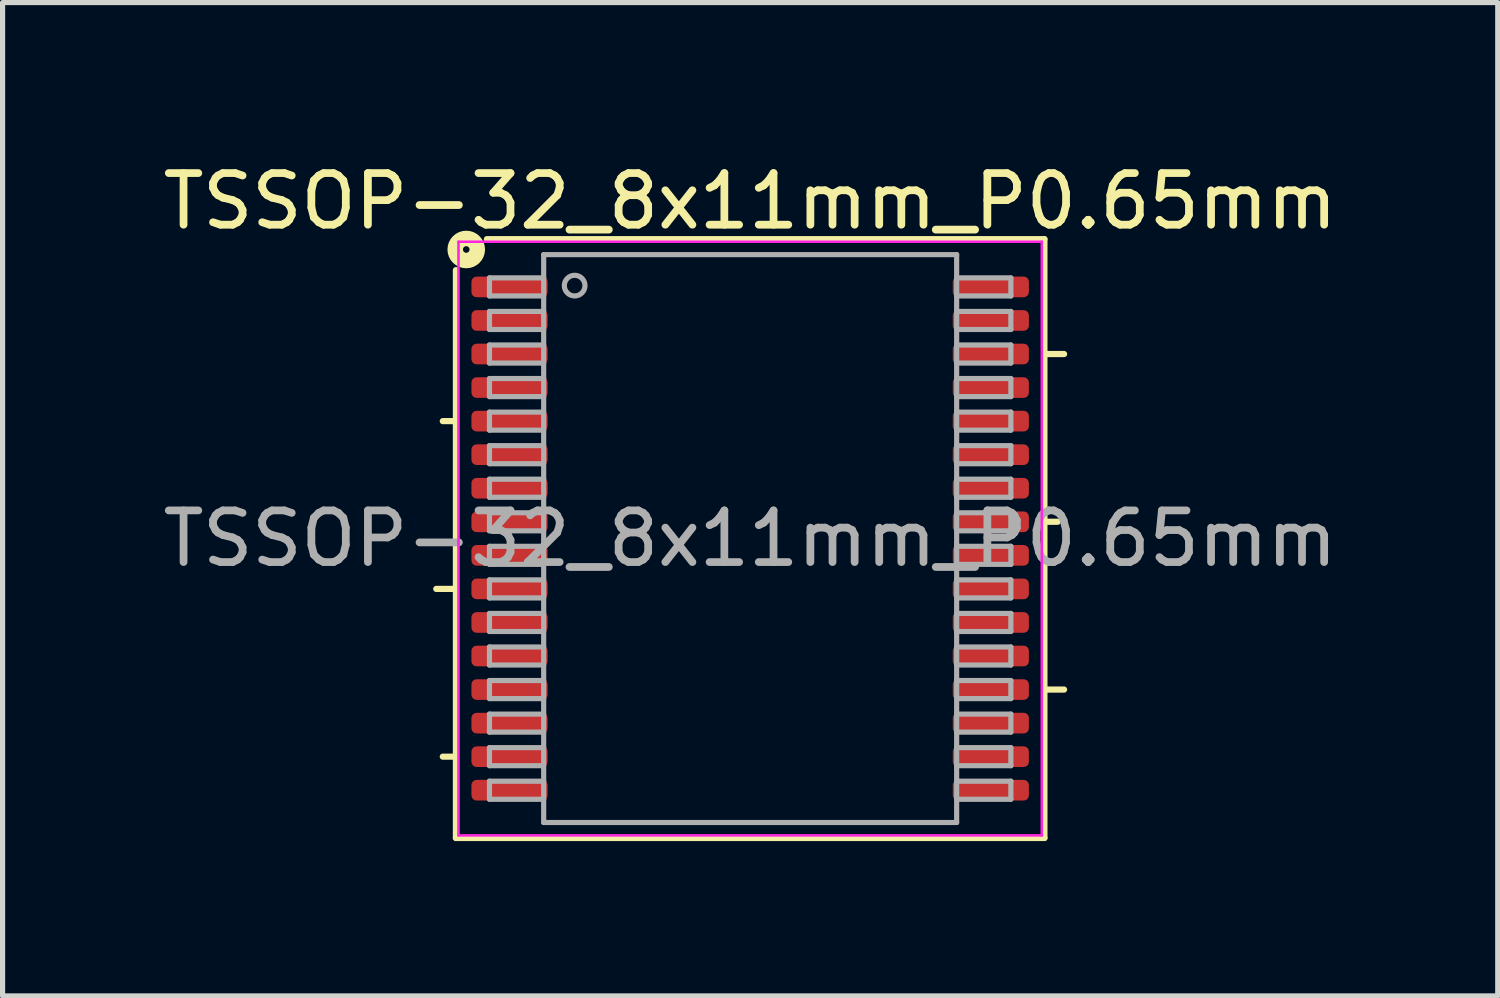
<source format=kicad_pcb>
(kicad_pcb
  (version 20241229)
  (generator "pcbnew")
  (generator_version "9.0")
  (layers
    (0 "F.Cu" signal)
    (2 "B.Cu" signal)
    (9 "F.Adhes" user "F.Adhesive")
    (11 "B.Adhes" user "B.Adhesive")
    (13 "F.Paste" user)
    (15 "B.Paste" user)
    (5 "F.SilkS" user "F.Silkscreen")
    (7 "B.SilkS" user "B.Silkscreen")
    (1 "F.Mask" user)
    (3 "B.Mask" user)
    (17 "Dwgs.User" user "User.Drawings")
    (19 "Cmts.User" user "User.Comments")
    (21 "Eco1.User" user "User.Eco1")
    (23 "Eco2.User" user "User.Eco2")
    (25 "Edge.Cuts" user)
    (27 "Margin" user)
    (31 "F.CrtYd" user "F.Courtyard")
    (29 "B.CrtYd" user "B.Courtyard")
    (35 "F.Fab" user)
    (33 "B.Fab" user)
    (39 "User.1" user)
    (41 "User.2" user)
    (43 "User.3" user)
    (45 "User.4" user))
  (footprint "TSSOP-32_8x11mm_P0.65mm"
    (layer "F.Cu")
    (at 11.482 7.383)
    (property "Reference" "TSSOP-32_8x11mm_P0.65mm" (at 0 -6.535 0) (layer "F.SilkS") (effects (font (size 1 1) (thickness 0.15))))
    (attr smd)
    (fp_line (start -5.7 -5.2) (end -5.7 5.8) (stroke (width 0.12) (type solid)) (layer "F.SilkS"))
    (fp_line (start -5.7 -2.275) (end -5.954 -2.275) (stroke (width 0.12) (type solid)) (layer "F.SilkS"))
    (fp_line (start -5.7 0.975) (end -6.081 0.975) (stroke (width 0.12) (type solid)) (layer "F.SilkS"))
    (fp_line (start -5.7 4.225) (end -5.954 4.225) (stroke (width 0.12) (type solid)) (layer "F.SilkS"))
    (fp_line (start -5.7 5.8) (end 5.7 5.8) (stroke (width 0.12) (type solid)) (layer "F.SilkS"))
    (fp_line (start 5.7 -5.8) (end -5.1 -5.8) (stroke (width 0.12) (type solid)) (layer "F.SilkS"))
    (fp_line (start 5.7 -3.575) (end 6.081 -3.575) (stroke (width 0.12) (type solid)) (layer "F.SilkS"))
    (fp_line (start 5.7 -0.325) (end 5.954 -0.325) (stroke (width 0.12) (type solid)) (layer "F.SilkS"))
    (fp_line (start 5.7 2.925) (end 6.081 2.925) (stroke (width 0.12) (type solid)) (layer "F.SilkS"))
    (fp_line (start 5.7 5.8) (end 5.7 -5.8) (stroke (width 0.12) (type solid)) (layer "F.SilkS"))
    (fp_circle (center -5.5 -5.6) (end -5.436 -5.6) (stroke (width 0.3) (type solid)) (fill no) (layer "F.SilkS"))
    (fp_line (start -5.65 -5.75) (end -5.65 5.75) (stroke (width 0.05) (type solid)) (layer "F.CrtYd"))
    (fp_line (start -5.65 5.75) (end 5.65 5.75) (stroke (width 0.05) (type solid)) (layer "F.CrtYd"))
    (fp_line (start 5.65 -5.75) (end -5.65 -5.75) (stroke (width 0.05) (type solid)) (layer "F.CrtYd"))
    (fp_line (start 5.65 5.75) (end 5.65 -5.75) (stroke (width 0.05) (type solid)) (layer "F.CrtYd"))
    (fp_line (start -5.05 -5.05) (end -5.05 -4.7) (stroke (width 0.1) (type solid)) (layer "F.Fab"))
    (fp_line (start -5.05 -5.05) (end -4 -5.05) (stroke (width 0.1) (type solid)) (layer "F.Fab"))
    (fp_line (start -5.05 -4.7) (end -4 -4.7) (stroke (width 0.1) (type solid)) (layer "F.Fab"))
    (fp_line (start -5.05 -4.4) (end -5.05 -4.05) (stroke (width 0.1) (type solid)) (layer "F.Fab"))
    (fp_line (start -5.05 -4.4) (end -4 -4.4) (stroke (width 0.1) (type solid)) (layer "F.Fab"))
    (fp_line (start -5.05 -4.05) (end -4 -4.05) (stroke (width 0.1) (type solid)) (layer "F.Fab"))
    (fp_line (start -5.05 -3.75) (end -5.05 -3.4) (stroke (width 0.1) (type solid)) (layer "F.Fab"))
    (fp_line (start -5.05 -3.75) (end -4 -3.75) (stroke (width 0.1) (type solid)) (layer "F.Fab"))
    (fp_line (start -5.05 -3.4) (end -4 -3.4) (stroke (width 0.1) (type solid)) (layer "F.Fab"))
    (fp_line (start -5.05 -3.1) (end -5.05 -2.75) (stroke (width 0.1) (type solid)) (layer "F.Fab"))
    (fp_line (start -5.05 -3.1) (end -4 -3.1) (stroke (width 0.1) (type solid)) (layer "F.Fab"))
    (fp_line (start -5.05 -2.75) (end -4 -2.75) (stroke (width 0.1) (type solid)) (layer "F.Fab"))
    (fp_line (start -5.05 -2.45) (end -5.05 -2.1) (stroke (width 0.1) (type solid)) (layer "F.Fab"))
    (fp_line (start -5.05 -2.45) (end -4 -2.45) (stroke (width 0.1) (type solid)) (layer "F.Fab"))
    (fp_line (start -5.05 -2.1) (end -4 -2.1) (stroke (width 0.1) (type solid)) (layer "F.Fab"))
    (fp_line (start -5.05 -1.8) (end -5.05 -1.45) (stroke (width 0.1) (type solid)) (layer "F.Fab"))
    (fp_line (start -5.05 -1.8) (end -4 -1.8) (stroke (width 0.1) (type solid)) (layer "F.Fab"))
    (fp_line (start -5.05 -1.45) (end -4 -1.45) (stroke (width 0.1) (type solid)) (layer "F.Fab"))
    (fp_line (start -5.05 -1.15) (end -5.05 -0.8) (stroke (width 0.1) (type solid)) (layer "F.Fab"))
    (fp_line (start -5.05 -1.15) (end -4 -1.15) (stroke (width 0.1) (type solid)) (layer "F.Fab"))
    (fp_line (start -5.05 -0.8) (end -4 -0.8) (stroke (width 0.1) (type solid)) (layer "F.Fab"))
    (fp_line (start -5.05 -0.5) (end -5.05 -0.15) (stroke (width 0.1) (type solid)) (layer "F.Fab"))
    (fp_line (start -5.05 -0.5) (end -4 -0.5) (stroke (width 0.1) (type solid)) (layer "F.Fab"))
    (fp_line (start -5.05 -0.15) (end -4 -0.15) (stroke (width 0.1) (type solid)) (layer "F.Fab"))
    (fp_line (start -5.05 0.15) (end -5.05 0.5) (stroke (width 0.1) (type solid)) (layer "F.Fab"))
    (fp_line (start -5.05 0.15) (end -4 0.15) (stroke (width 0.1) (type solid)) (layer "F.Fab"))
    (fp_line (start -5.05 0.5) (end -4 0.5) (stroke (width 0.1) (type solid)) (layer "F.Fab"))
    (fp_line (start -5.05 0.8) (end -5.05 1.15) (stroke (width 0.1) (type solid)) (layer "F.Fab"))
    (fp_line (start -5.05 0.8) (end -4 0.8) (stroke (width 0.1) (type solid)) (layer "F.Fab"))
    (fp_line (start -5.05 1.15) (end -4 1.15) (stroke (width 0.1) (type solid)) (layer "F.Fab"))
    (fp_line (start -5.05 1.45) (end -5.05 1.8) (stroke (width 0.1) (type solid)) (layer "F.Fab"))
    (fp_line (start -5.05 1.45) (end -4 1.45) (stroke (width 0.1) (type solid)) (layer "F.Fab"))
    (fp_line (start -5.05 1.8) (end -4 1.8) (stroke (width 0.1) (type solid)) (layer "F.Fab"))
    (fp_line (start -5.05 2.1) (end -5.05 2.45) (stroke (width 0.1) (type solid)) (layer "F.Fab"))
    (fp_line (start -5.05 2.1) (end -4 2.1) (stroke (width 0.1) (type solid)) (layer "F.Fab"))
    (fp_line (start -5.05 2.45) (end -4 2.45) (stroke (width 0.1) (type solid)) (layer "F.Fab"))
    (fp_line (start -5.05 2.75) (end -5.05 3.1) (stroke (width 0.1) (type solid)) (layer "F.Fab"))
    (fp_line (start -5.05 2.75) (end -4 2.75) (stroke (width 0.1) (type solid)) (layer "F.Fab"))
    (fp_line (start -5.05 3.1) (end -4 3.1) (stroke (width 0.1) (type solid)) (layer "F.Fab"))
    (fp_line (start -5.05 3.4) (end -5.05 3.75) (stroke (width 0.1) (type solid)) (layer "F.Fab"))
    (fp_line (start -5.05 3.4) (end -4 3.4) (stroke (width 0.1) (type solid)) (layer "F.Fab"))
    (fp_line (start -5.05 3.75) (end -4 3.75) (stroke (width 0.1) (type solid)) (layer "F.Fab"))
    (fp_line (start -5.05 4.05) (end -5.05 4.4) (stroke (width 0.1) (type solid)) (layer "F.Fab"))
    (fp_line (start -5.05 4.05) (end -4 4.05) (stroke (width 0.1) (type solid)) (layer "F.Fab"))
    (fp_line (start -5.05 4.4) (end -4 4.4) (stroke (width 0.1) (type solid)) (layer "F.Fab"))
    (fp_line (start -5.05 4.7) (end -5.05 5.05) (stroke (width 0.1) (type solid)) (layer "F.Fab"))
    (fp_line (start -5.05 4.7) (end -4 4.7) (stroke (width 0.1) (type solid)) (layer "F.Fab"))
    (fp_line (start -5.05 5.05) (end -4 5.05) (stroke (width 0.1) (type solid)) (layer "F.Fab"))
    (fp_line (start -4 -5.5) (end 4 -5.5) (stroke (width 0.1) (type solid)) (layer "F.Fab"))
    (fp_line (start -4 5.5) (end -4 -5.5) (stroke (width 0.1) (type solid)) (layer "F.Fab"))
    (fp_line (start 4 -5.5) (end 4 5.5) (stroke (width 0.1) (type solid)) (layer "F.Fab"))
    (fp_line (start 4 5.5) (end -4 5.5) (stroke (width 0.1) (type solid)) (layer "F.Fab"))
    (fp_line (start 5.05 -5.05) (end 4 -5.05) (stroke (width 0.1) (type solid)) (layer "F.Fab"))
    (fp_line (start 5.05 -4.7) (end 4 -4.7) (stroke (width 0.1) (type solid)) (layer "F.Fab"))
    (fp_line (start 5.05 -4.7) (end 5.05 -5.05) (stroke (width 0.1) (type solid)) (layer "F.Fab"))
    (fp_line (start 5.05 -4.4) (end 4 -4.4) (stroke (width 0.1) (type solid)) (layer "F.Fab"))
    (fp_line (start 5.05 -4.05) (end 4 -4.05) (stroke (width 0.1) (type solid)) (layer "F.Fab"))
    (fp_line (start 5.05 -4.05) (end 5.05 -4.4) (stroke (width 0.1) (type solid)) (layer "F.Fab"))
    (fp_line (start 5.05 -3.75) (end 4 -3.75) (stroke (width 0.1) (type solid)) (layer "F.Fab"))
    (fp_line (start 5.05 -3.4) (end 4 -3.4) (stroke (width 0.1) (type solid)) (layer "F.Fab"))
    (fp_line (start 5.05 -3.4) (end 5.05 -3.75) (stroke (width 0.1) (type solid)) (layer "F.Fab"))
    (fp_line (start 5.05 -3.1) (end 4 -3.1) (stroke (width 0.1) (type solid)) (layer "F.Fab"))
    (fp_line (start 5.05 -2.75) (end 4 -2.75) (stroke (width 0.1) (type solid)) (layer "F.Fab"))
    (fp_line (start 5.05 -2.75) (end 5.05 -3.1) (stroke (width 0.1) (type solid)) (layer "F.Fab"))
    (fp_line (start 5.05 -2.45) (end 4 -2.45) (stroke (width 0.1) (type solid)) (layer "F.Fab"))
    (fp_line (start 5.05 -2.1) (end 4 -2.1) (stroke (width 0.1) (type solid)) (layer "F.Fab"))
    (fp_line (start 5.05 -2.1) (end 5.05 -2.45) (stroke (width 0.1) (type solid)) (layer "F.Fab"))
    (fp_line (start 5.05 -1.8) (end 4 -1.8) (stroke (width 0.1) (type solid)) (layer "F.Fab"))
    (fp_line (start 5.05 -1.45) (end 4 -1.45) (stroke (width 0.1) (type solid)) (layer "F.Fab"))
    (fp_line (start 5.05 -1.45) (end 5.05 -1.8) (stroke (width 0.1) (type solid)) (layer "F.Fab"))
    (fp_line (start 5.05 -1.15) (end 4 -1.15) (stroke (width 0.1) (type solid)) (layer "F.Fab"))
    (fp_line (start 5.05 -0.8) (end 4 -0.8) (stroke (width 0.1) (type solid)) (layer "F.Fab"))
    (fp_line (start 5.05 -0.8) (end 5.05 -1.15) (stroke (width 0.1) (type solid)) (layer "F.Fab"))
    (fp_line (start 5.05 -0.5) (end 4 -0.5) (stroke (width 0.1) (type solid)) (layer "F.Fab"))
    (fp_line (start 5.05 -0.15) (end 4 -0.15) (stroke (width 0.1) (type solid)) (layer "F.Fab"))
    (fp_line (start 5.05 -0.15) (end 5.05 -0.5) (stroke (width 0.1) (type solid)) (layer "F.Fab"))
    (fp_line (start 5.05 0.15) (end 4 0.15) (stroke (width 0.1) (type solid)) (layer "F.Fab"))
    (fp_line (start 5.05 0.5) (end 4 0.5) (stroke (width 0.1) (type solid)) (layer "F.Fab"))
    (fp_line (start 5.05 0.5) (end 5.05 0.15) (stroke (width 0.1) (type solid)) (layer "F.Fab"))
    (fp_line (start 5.05 0.8) (end 4 0.8) (stroke (width 0.1) (type solid)) (layer "F.Fab"))
    (fp_line (start 5.05 1.15) (end 4 1.15) (stroke (width 0.1) (type solid)) (layer "F.Fab"))
    (fp_line (start 5.05 1.15) (end 5.05 0.8) (stroke (width 0.1) (type solid)) (layer "F.Fab"))
    (fp_line (start 5.05 1.45) (end 4 1.45) (stroke (width 0.1) (type solid)) (layer "F.Fab"))
    (fp_line (start 5.05 1.8) (end 4 1.8) (stroke (width 0.1) (type solid)) (layer "F.Fab"))
    (fp_line (start 5.05 1.8) (end 5.05 1.45) (stroke (width 0.1) (type solid)) (layer "F.Fab"))
    (fp_line (start 5.05 2.1) (end 4 2.1) (stroke (width 0.1) (type solid)) (layer "F.Fab"))
    (fp_line (start 5.05 2.45) (end 4 2.45) (stroke (width 0.1) (type solid)) (layer "F.Fab"))
    (fp_line (start 5.05 2.45) (end 5.05 2.1) (stroke (width 0.1) (type solid)) (layer "F.Fab"))
    (fp_line (start 5.05 2.75) (end 4 2.75) (stroke (width 0.1) (type solid)) (layer "F.Fab"))
    (fp_line (start 5.05 3.1) (end 4 3.1) (stroke (width 0.1) (type solid)) (layer "F.Fab"))
    (fp_line (start 5.05 3.1) (end 5.05 2.75) (stroke (width 0.1) (type solid)) (layer "F.Fab"))
    (fp_line (start 5.05 3.4) (end 4 3.4) (stroke (width 0.1) (type solid)) (layer "F.Fab"))
    (fp_line (start 5.05 3.75) (end 4 3.75) (stroke (width 0.1) (type solid)) (layer "F.Fab"))
    (fp_line (start 5.05 3.75) (end 5.05 3.4) (stroke (width 0.1) (type solid)) (layer "F.Fab"))
    (fp_line (start 5.05 4.05) (end 4 4.05) (stroke (width 0.1) (type solid)) (layer "F.Fab"))
    (fp_line (start 5.05 4.4) (end 4 4.4) (stroke (width 0.1) (type solid)) (layer "F.Fab"))
    (fp_line (start 5.05 4.4) (end 5.05 4.05) (stroke (width 0.1) (type solid)) (layer "F.Fab"))
    (fp_line (start 5.05 4.7) (end 4 4.7) (stroke (width 0.1) (type solid)) (layer "F.Fab"))
    (fp_line (start 5.05 5.05) (end 4 5.05) (stroke (width 0.1) (type solid)) (layer "F.Fab"))
    (fp_line (start 5.05 5.05) (end 5.05 4.7) (stroke (width 0.1) (type solid)) (layer "F.Fab"))
    (fp_circle (center -3.4 -4.9) (end -3.2 -4.9) (stroke (width 0.1) (type solid)) (fill no) (layer "F.Fab"))
    (fp_text user "${REFERENCE}" (at 0 0 0) (layer "F.Fab") (effects (font (size 1 1) (thickness 0.15))))
    (pad "1" smd roundrect (at -4.662 -4.875) (size 1.475 0.4) (layers "F.Cu" "F.Mask" "F.Paste") (roundrect_rratio 0.25))
    (pad "2" smd roundrect (at -4.662 -4.225) (size 1.475 0.4) (layers "F.Cu" "F.Mask" "F.Paste") (roundrect_rratio 0.25))
    (pad "3" smd roundrect (at -4.662 -3.575) (size 1.475 0.4) (layers "F.Cu" "F.Mask" "F.Paste") (roundrect_rratio 0.25))
    (pad "4" smd roundrect (at -4.662 -2.925) (size 1.475 0.4) (layers "F.Cu" "F.Mask" "F.Paste") (roundrect_rratio 0.25))
    (pad "5" smd roundrect (at -4.662 -2.275) (size 1.475 0.4) (layers "F.Cu" "F.Mask" "F.Paste") (roundrect_rratio 0.25))
    (pad "6" smd roundrect (at -4.662 -1.625) (size 1.475 0.4) (layers "F.Cu" "F.Mask" "F.Paste") (roundrect_rratio 0.25))
    (pad "7" smd roundrect (at -4.662 -0.975) (size 1.475 0.4) (layers "F.Cu" "F.Mask" "F.Paste") (roundrect_rratio 0.25))
    (pad "8" smd roundrect (at -4.662 -0.325) (size 1.475 0.4) (layers "F.Cu" "F.Mask" "F.Paste") (roundrect_rratio 0.25))
    (pad "9" smd roundrect (at -4.662 0.325) (size 1.475 0.4) (layers "F.Cu" "F.Mask" "F.Paste") (roundrect_rratio 0.25))
    (pad "10" smd roundrect (at -4.662 0.975) (size 1.475 0.4) (layers "F.Cu" "F.Mask" "F.Paste") (roundrect_rratio 0.25))
    (pad "11" smd roundrect (at -4.662 1.625) (size 1.475 0.4) (layers "F.Cu" "F.Mask" "F.Paste") (roundrect_rratio 0.25))
    (pad "12" smd roundrect (at -4.662 2.275) (size 1.475 0.4) (layers "F.Cu" "F.Mask" "F.Paste") (roundrect_rratio 0.25))
    (pad "13" smd roundrect (at -4.662 2.925) (size 1.475 0.4) (layers "F.Cu" "F.Mask" "F.Paste") (roundrect_rratio 0.25))
    (pad "14" smd roundrect (at -4.662 3.575) (size 1.475 0.4) (layers "F.Cu" "F.Mask" "F.Paste") (roundrect_rratio 0.25))
    (pad "15" smd roundrect (at -4.662 4.225) (size 1.475 0.4) (layers "F.Cu" "F.Mask" "F.Paste") (roundrect_rratio 0.25))
    (pad "16" smd roundrect (at -4.662 4.875) (size 1.475 0.4) (layers "F.Cu" "F.Mask" "F.Paste") (roundrect_rratio 0.25))
    (pad "17" smd roundrect (at 4.662 4.875) (size 1.475 0.4) (layers "F.Cu" "F.Mask" "F.Paste") (roundrect_rratio 0.25))
    (pad "18" smd roundrect (at 4.662 4.225) (size 1.475 0.4) (layers "F.Cu" "F.Mask" "F.Paste") (roundrect_rratio 0.25))
    (pad "19" smd roundrect (at 4.662 3.575) (size 1.475 0.4) (layers "F.Cu" "F.Mask" "F.Paste") (roundrect_rratio 0.25))
    (pad "20" smd roundrect (at 4.662 2.925) (size 1.475 0.4) (layers "F.Cu" "F.Mask" "F.Paste") (roundrect_rratio 0.25))
    (pad "21" smd roundrect (at 4.662 2.275) (size 1.475 0.4) (layers "F.Cu" "F.Mask" "F.Paste") (roundrect_rratio 0.25))
    (pad "22" smd roundrect (at 4.662 1.625) (size 1.475 0.4) (layers "F.Cu" "F.Mask" "F.Paste") (roundrect_rratio 0.25))
    (pad "23" smd roundrect (at 4.662 0.975) (size 1.475 0.4) (layers "F.Cu" "F.Mask" "F.Paste") (roundrect_rratio 0.25))
    (pad "24" smd roundrect (at 4.662 0.325) (size 1.475 0.4) (layers "F.Cu" "F.Mask" "F.Paste") (roundrect_rratio 0.25))
    (pad "25" smd roundrect (at 4.662 -0.325) (size 1.475 0.4) (layers "F.Cu" "F.Mask" "F.Paste") (roundrect_rratio 0.25))
    (pad "26" smd roundrect (at 4.662 -0.975) (size 1.475 0.4) (layers "F.Cu" "F.Mask" "F.Paste") (roundrect_rratio 0.25))
    (pad "27" smd roundrect (at 4.662 -1.625) (size 1.475 0.4) (layers "F.Cu" "F.Mask" "F.Paste") (roundrect_rratio 0.25))
    (pad "28" smd roundrect (at 4.662 -2.275) (size 1.475 0.4) (layers "F.Cu" "F.Mask" "F.Paste") (roundrect_rratio 0.25))
    (pad "29" smd roundrect (at 4.662 -2.925) (size 1.475 0.4) (layers "F.Cu" "F.Mask" "F.Paste") (roundrect_rratio 0.25))
    (pad "30" smd roundrect (at 4.662 -3.575) (size 1.475 0.4) (layers "F.Cu" "F.Mask" "F.Paste") (roundrect_rratio 0.25))
    (pad "31" smd roundrect (at 4.662 -4.225) (size 1.475 0.4) (layers "F.Cu" "F.Mask" "F.Paste") (roundrect_rratio 0.25))
    (pad "32" smd roundrect (at 4.662 -4.875) (size 1.475 0.4) (layers "F.Cu" "F.Mask" "F.Paste") (roundrect_rratio 0.25)))
  (gr_rect
    (start -3 -3)
    (end 25.964 16.243)
    (stroke (width 0.1) (type default))
    (fill no)
    (layer "Edge.Cuts")))
</source>
